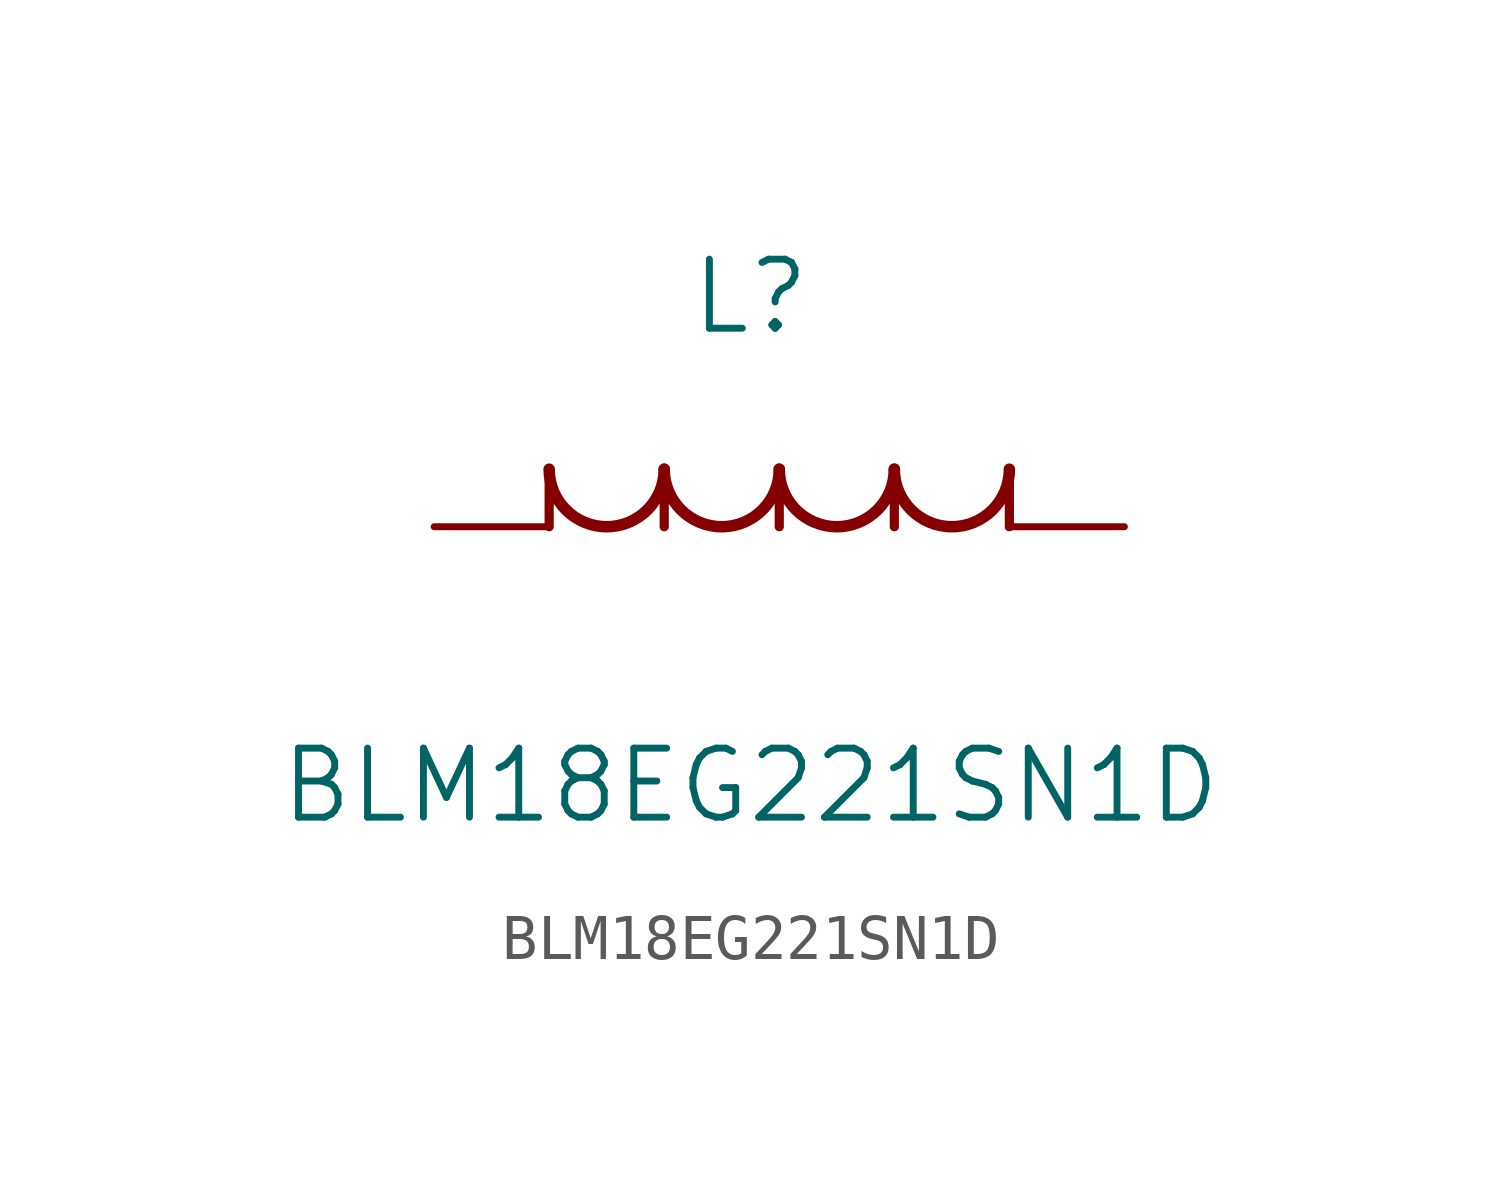
<source format=kicad_sym>
(kicad_symbol_lib
  (version 20211014)
  (generator kicad_symbol_editor)
  (symbol "BLM18EG221SN1D"
    (pin_numbers hide)
    (pin_names
      (offset 1.651) hide)
    (property "Reference" "L"
      (at 6.985 5.08 0)
      (effects (font (size 1.524 1.524))))
    (property "Value" "BLM18EG221SN1D"
      (at 6.985 -5.715 0)
      (effects (font (size 1.524 1.524))))
    (symbol "BLM18EG221SN1D_1_1"
      (polyline (pts (xy 2.54 0) (xy 2.54 1.27)) (stroke (width 0.203) (type default) (color 0 0 0 0)) (fill (type none)))
      (polyline (pts (xy 5.08 0) (xy 5.08 1.27)) (stroke (width 0.203) (type default) (color 0 0 0 0)) (fill (type none)))
      (polyline (pts (xy 7.62 0) (xy 7.62 1.27)) (stroke (width 0.203) (type default) (color 0 0 0 0)) (fill (type none)))
      (polyline (pts (xy 10.16 0) (xy 10.16 1.27)) (stroke (width 0.203) (type default) (color 0 0 0 0)) (fill (type none)))
      (polyline (pts (xy 12.7 0) (xy 12.7 1.27)) (stroke (width 0.203) (type default) (color 0 0 0 0)) (fill (type none)))
      (arc (start 2.54 1.27) (mid 3.81 0) (end 5.08 1.27) (stroke (width 0.254) (type default) (color 0 0 0 0)) (fill (type none)))
      (arc (start 5.08 1.27) (mid 6.35 0) (end 7.62 1.27) (stroke (width 0.254) (type default) (color 0 0 0 0)) (fill (type none)))
      (arc (start 7.62 1.27) (mid 8.89 0) (end 10.16 1.27) (stroke (width 0.254) (type default) (color 0 0 0 0)) (fill (type none)))
      (arc (start 10.16 1.27) (mid 11.43 0) (end 12.7 1.27) (stroke (width 0.254) (type default) (color 0 0 0 0)) (fill (type none)))
      (pin unspecified line (at 15.24 0 180) (length 2.54) (name "1" (effects (font (size 1.499 1.499)))) (number "1" (effects (font (size 1.499 1.499)))))
      (pin unspecified line (at 0 0 0) (length 2.54) (name "2" (effects (font (size 1.499 1.499)))) (number "2" (effects (font (size 1.499 1.499))))))))
</source>
